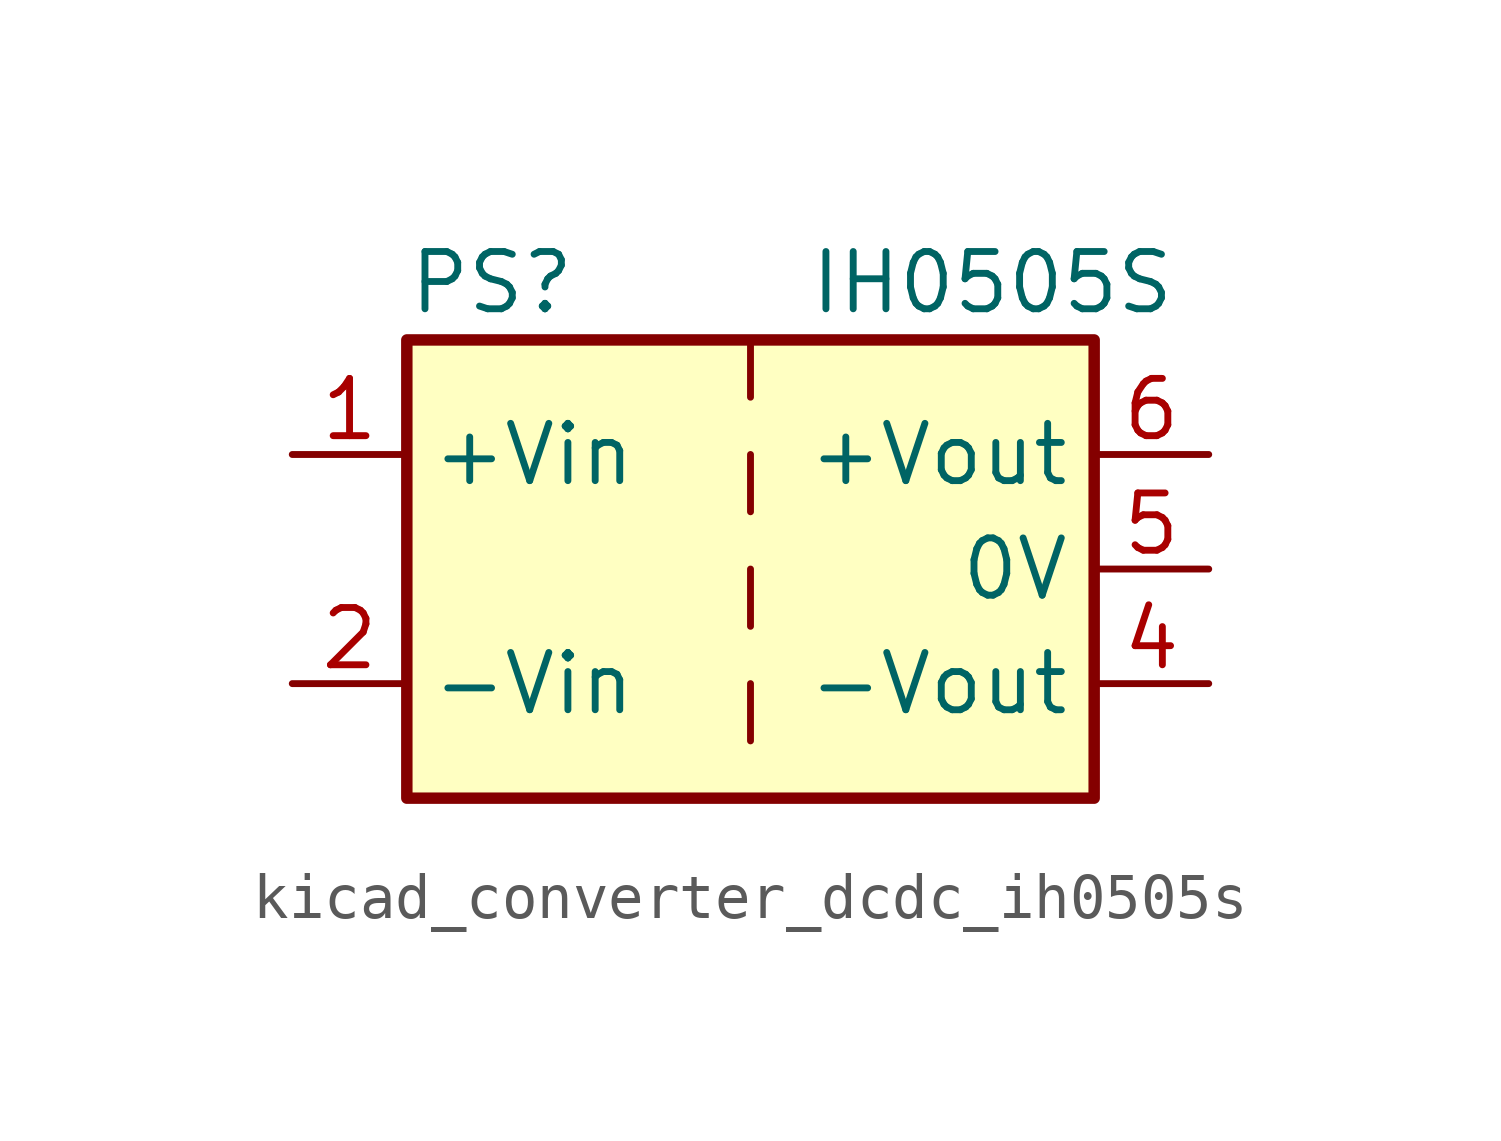
<source format=kicad_sym>
(kicad_symbol_lib
  (version 20220914)
  (generator kicad_symbol_editor)
  (symbol "kicad_converter_dcdc_ih0505s"
    (property "Reference" "PS"
      (at -7.62 6.35 0)
      (effects (font (size 1.27 1.27)) (justify left)))
    (property "Value" "IH0505S"
      (at 1.27 6.35 0)
      (effects (font (size 1.27 1.27)) (justify left)))
    (symbol "kicad_converter_dcdc_ih0505s_0_0"
      (pin power_in line (at -10.16 2.54 0) (length 2.54) (name "+Vin" (effects (font (size 1.27 1.27)))) (number "1" (effects (font (size 1.27 1.27)))))
      (pin power_in line (at -10.16 -2.54 0) (length 2.54) (name "-Vin" (effects (font (size 1.27 1.27)))) (number "2" (effects (font (size 1.27 1.27)))))
      (pin power_out line (at 10.16 -2.54 180) (length 2.54) (name "-Vout" (effects (font (size 1.27 1.27)))) (number "4" (effects (font (size 1.27 1.27)))))
      (pin power_out line (at 10.16 0 180) (length 2.54) (name "0V" (effects (font (size 1.27 1.27)))) (number "5" (effects (font (size 1.27 1.27)))))
      (pin power_out line (at 10.16 2.54 180) (length 2.54) (name "+Vout" (effects (font (size 1.27 1.27)))) (number "6" (effects (font (size 1.27 1.27))))))
    (symbol "kicad_converter_dcdc_ih0505s_0_1"
      (rectangle (start -7.62 5.08) (end 7.62 -5.08) (stroke (width 0.254) (type default)) (fill (type background)))
      (polyline (pts (xy 0 -2.54) (xy 0 -3.81)) (stroke (width 0) (type default)) (fill (type none)))
      (polyline (pts (xy 0 0) (xy 0 -1.27)) (stroke (width 0) (type default)) (fill (type none)))
      (polyline (pts (xy 0 2.54) (xy 0 1.27)) (stroke (width 0) (type default)) (fill (type none)))
      (polyline (pts (xy 0 5.08) (xy 0 3.81)) (stroke (width 0) (type default)) (fill (type none))))))
</source>
